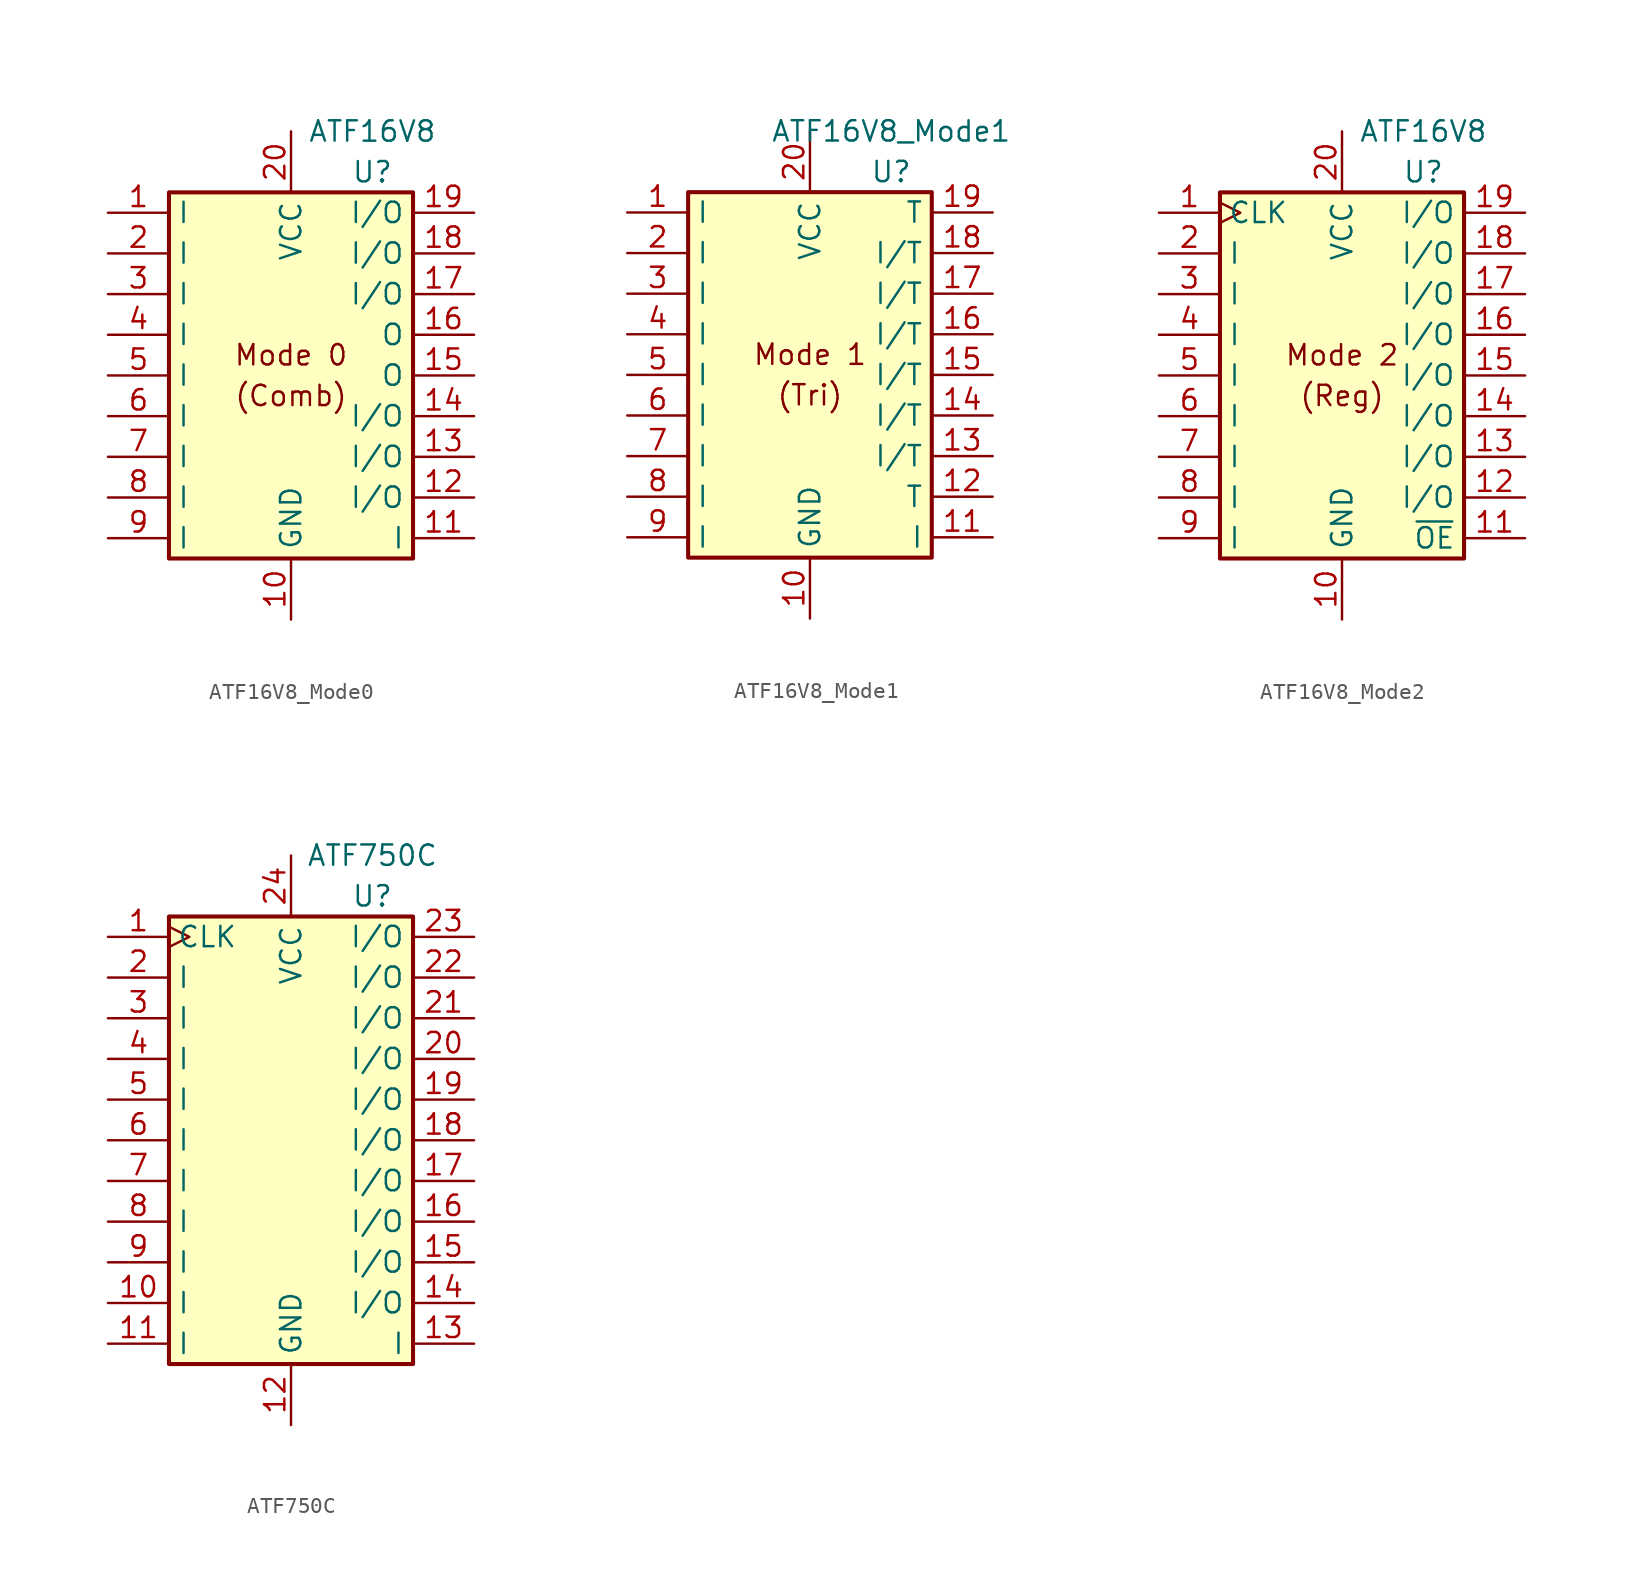
<source format=kicad_sym>
(kicad_symbol_lib
  (version 20220914)
  (generator kicad_symbol_editor)
  (symbol "ATF16V8_Mode0"
    (property "Reference" "U"
      (at 5.08 12.7 0)
      (effects (font (size 1.27 1.27))))
    (property "Value" "ATF16V8"
      (at 5.08 15.24 0)
      (effects (font (size 1.27 1.27))))
    (symbol "ATF16V8_Mode0_0_0"
      (pin power_in line (at 0 -15.24 90) (length 3.81) (name "GND" (effects (font (size 1.27 1.27)))) (number "10" (effects (font (size 1.27 1.27)))))
      (pin power_in line (at 0 15.24 270) (length 3.81) (name "VCC" (effects (font (size 1.27 1.27)))) (number "20" (effects (font (size 1.27 1.27))))))
    (symbol "ATF16V8_Mode0_0_1"
      (rectangle (start -7.62 11.43) (end 7.62 -11.43) (stroke (width 0.254) (type default)) (fill (type background))))
    (symbol "ATF16V8_Mode0_1_1"
      (text "(Comb)" (at 0 -1.27 0) (effects (font (size 1.27 1.27))))
      (text "Mode 0" (at 0 1.27 0) (effects (font (size 1.27 1.27))))
      (pin input line (at -11.43 10.16 0) (length 3.81) (name "I" (effects (font (size 1.27 1.27)))) (number "1" (effects (font (size 1.27 1.27)))))
      (pin input line (at 11.43 -10.16 180) (length 3.81) (name "I" (effects (font (size 1.27 1.27)))) (number "11" (effects (font (size 1.27 1.27)))))
      (pin bidirectional line (at 11.43 -7.62 180) (length 3.81) (name "I/O" (effects (font (size 1.27 1.27)))) (number "12" (effects (font (size 1.27 1.27)))))
      (pin bidirectional line (at 11.43 -5.08 180) (length 3.81) (name "I/O" (effects (font (size 1.27 1.27)))) (number "13" (effects (font (size 1.27 1.27)))))
      (pin bidirectional line (at 11.43 -2.54 180) (length 3.81) (name "I/O" (effects (font (size 1.27 1.27)))) (number "14" (effects (font (size 1.27 1.27)))))
      (pin output line (at 11.43 0 180) (length 3.81) (name "O" (effects (font (size 1.27 1.27)))) (number "15" (effects (font (size 1.27 1.27)))))
      (pin output line (at 11.43 2.54 180) (length 3.81) (name "O" (effects (font (size 1.27 1.27)))) (number "16" (effects (font (size 1.27 1.27)))))
      (pin bidirectional line (at 11.43 5.08 180) (length 3.81) (name "I/O" (effects (font (size 1.27 1.27)))) (number "17" (effects (font (size 1.27 1.27)))))
      (pin bidirectional line (at 11.43 7.62 180) (length 3.81) (name "I/O" (effects (font (size 1.27 1.27)))) (number "18" (effects (font (size 1.27 1.27)))))
      (pin bidirectional line (at 11.43 10.16 180) (length 3.81) (name "I/O" (effects (font (size 1.27 1.27)))) (number "19" (effects (font (size 1.27 1.27)))))
      (pin input line (at -11.43 7.62 0) (length 3.81) (name "I" (effects (font (size 1.27 1.27)))) (number "2" (effects (font (size 1.27 1.27)))))
      (pin input line (at -11.43 5.08 0) (length 3.81) (name "I" (effects (font (size 1.27 1.27)))) (number "3" (effects (font (size 1.27 1.27)))))
      (pin input line (at -11.43 2.54 0) (length 3.81) (name "I" (effects (font (size 1.27 1.27)))) (number "4" (effects (font (size 1.27 1.27)))))
      (pin input line (at -11.43 0 0) (length 3.81) (name "I" (effects (font (size 1.27 1.27)))) (number "5" (effects (font (size 1.27 1.27)))))
      (pin input line (at -11.43 -2.54 0) (length 3.81) (name "I" (effects (font (size 1.27 1.27)))) (number "6" (effects (font (size 1.27 1.27)))))
      (pin input line (at -11.43 -5.08 0) (length 3.81) (name "I" (effects (font (size 1.27 1.27)))) (number "7" (effects (font (size 1.27 1.27)))))
      (pin input line (at -11.43 -7.62 0) (length 3.81) (name "I" (effects (font (size 1.27 1.27)))) (number "8" (effects (font (size 1.27 1.27)))))
      (pin input line (at -11.43 -10.16 0) (length 3.81) (name "I" (effects (font (size 1.27 1.27)))) (number "9" (effects (font (size 1.27 1.27)))))))
  (symbol "ATF16V8_Mode1"
    (property "Reference" "U"
      (at 5.08 12.7 0)
      (effects (font (size 1.27 1.27))))
    (property "Value" "ATF16V8_Mode1"
      (at 5.08 15.24 0)
      (effects (font (size 1.27 1.27))))
    (symbol "ATF16V8_Mode1_0_0"
      (pin power_in line (at 0 -15.24 90) (length 3.81) (name "GND" (effects (font (size 1.27 1.27)))) (number "10" (effects (font (size 1.27 1.27)))))
      (pin power_in line (at 0 15.24 270) (length 3.81) (name "VCC" (effects (font (size 1.27 1.27)))) (number "20" (effects (font (size 1.27 1.27))))))
    (symbol "ATF16V8_Mode1_0_1"
      (rectangle (start -7.62 11.43) (end 7.62 -11.43) (stroke (width 0.254) (type default)) (fill (type background))))
    (symbol "ATF16V8_Mode1_1_1"
      (text "(Tri)" (at 0 -1.27 0) (effects (font (size 1.27 1.27))))
      (text "Mode 1" (at 0 1.27 0) (effects (font (size 1.27 1.27))))
      (pin input line (at -11.43 10.16 0) (length 3.81) (name "I" (effects (font (size 1.27 1.27)))) (number "1" (effects (font (size 1.27 1.27)))))
      (pin input line (at 11.43 -10.16 180) (length 3.81) (name "I" (effects (font (size 1.27 1.27)))) (number "11" (effects (font (size 1.27 1.27)))))
      (pin tri_state line (at 11.43 -7.62 180) (length 3.81) (name "T" (effects (font (size 1.27 1.27)))) (number "12" (effects (font (size 1.27 1.27)))))
      (pin tri_state line (at 11.43 -5.08 180) (length 3.81) (name "I/T" (effects (font (size 1.27 1.27)))) (number "13" (effects (font (size 1.27 1.27)))))
      (pin tri_state line (at 11.43 -2.54 180) (length 3.81) (name "I/T" (effects (font (size 1.27 1.27)))) (number "14" (effects (font (size 1.27 1.27)))))
      (pin tri_state line (at 11.43 0 180) (length 3.81) (name "I/T" (effects (font (size 1.27 1.27)))) (number "15" (effects (font (size 1.27 1.27)))))
      (pin tri_state line (at 11.43 2.54 180) (length 3.81) (name "I/T" (effects (font (size 1.27 1.27)))) (number "16" (effects (font (size 1.27 1.27)))))
      (pin tri_state line (at 11.43 5.08 180) (length 3.81) (name "I/T" (effects (font (size 1.27 1.27)))) (number "17" (effects (font (size 1.27 1.27)))))
      (pin tri_state line (at 11.43 7.62 180) (length 3.81) (name "I/T" (effects (font (size 1.27 1.27)))) (number "18" (effects (font (size 1.27 1.27)))))
      (pin tri_state line (at 11.43 10.16 180) (length 3.81) (name "T" (effects (font (size 1.27 1.27)))) (number "19" (effects (font (size 1.27 1.27)))))
      (pin input line (at -11.43 7.62 0) (length 3.81) (name "I" (effects (font (size 1.27 1.27)))) (number "2" (effects (font (size 1.27 1.27)))))
      (pin input line (at -11.43 5.08 0) (length 3.81) (name "I" (effects (font (size 1.27 1.27)))) (number "3" (effects (font (size 1.27 1.27)))))
      (pin input line (at -11.43 2.54 0) (length 3.81) (name "I" (effects (font (size 1.27 1.27)))) (number "4" (effects (font (size 1.27 1.27)))))
      (pin input line (at -11.43 0 0) (length 3.81) (name "I" (effects (font (size 1.27 1.27)))) (number "5" (effects (font (size 1.27 1.27)))))
      (pin input line (at -11.43 -2.54 0) (length 3.81) (name "I" (effects (font (size 1.27 1.27)))) (number "6" (effects (font (size 1.27 1.27)))))
      (pin input line (at -11.43 -5.08 0) (length 3.81) (name "I" (effects (font (size 1.27 1.27)))) (number "7" (effects (font (size 1.27 1.27)))))
      (pin input line (at -11.43 -7.62 0) (length 3.81) (name "I" (effects (font (size 1.27 1.27)))) (number "8" (effects (font (size 1.27 1.27)))))
      (pin input line (at -11.43 -10.16 0) (length 3.81) (name "I" (effects (font (size 1.27 1.27)))) (number "9" (effects (font (size 1.27 1.27)))))))
  (symbol "ATF16V8_Mode2"
    (property "Reference" "U"
      (at 5.08 12.7 0)
      (effects (font (size 1.27 1.27))))
    (property "Value" "ATF16V8"
      (at 5.08 15.24 0)
      (effects (font (size 1.27 1.27))))
    (symbol "ATF16V8_Mode2_0_0"
      (pin power_in line (at 0 -15.24 90) (length 3.81) (name "GND" (effects (font (size 1.27 1.27)))) (number "10" (effects (font (size 1.27 1.27)))))
      (pin power_in line (at 0 15.24 270) (length 3.81) (name "VCC" (effects (font (size 1.27 1.27)))) (number "20" (effects (font (size 1.27 1.27))))))
    (symbol "ATF16V8_Mode2_0_1"
      (rectangle (start -7.62 11.43) (end 7.62 -11.43) (stroke (width 0.254) (type default)) (fill (type background))))
    (symbol "ATF16V8_Mode2_1_1"
      (text "(Reg)" (at 0 -1.27 0) (effects (font (size 1.27 1.27))))
      (text "Mode 2" (at 0 1.27 0) (effects (font (size 1.27 1.27))))
      (pin input clock (at -11.43 10.16 0) (length 3.81) (name "CLK" (effects (font (size 1.27 1.27)))) (number "1" (effects (font (size 1.27 1.27)))))
      (pin input line (at 11.43 -10.16 180) (length 3.81) (name "~{OE}" (effects (font (size 1.27 1.27)))) (number "11" (effects (font (size 1.27 1.27)))))
      (pin bidirectional line (at 11.43 -7.62 180) (length 3.81) (name "I/O" (effects (font (size 1.27 1.27)))) (number "12" (effects (font (size 1.27 1.27)))))
      (pin bidirectional line (at 11.43 -5.08 180) (length 3.81) (name "I/O" (effects (font (size 1.27 1.27)))) (number "13" (effects (font (size 1.27 1.27)))))
      (pin bidirectional line (at 11.43 -2.54 180) (length 3.81) (name "I/O" (effects (font (size 1.27 1.27)))) (number "14" (effects (font (size 1.27 1.27)))))
      (pin bidirectional line (at 11.43 0 180) (length 3.81) (name "I/O" (effects (font (size 1.27 1.27)))) (number "15" (effects (font (size 1.27 1.27)))))
      (pin bidirectional line (at 11.43 2.54 180) (length 3.81) (name "I/O" (effects (font (size 1.27 1.27)))) (number "16" (effects (font (size 1.27 1.27)))))
      (pin bidirectional line (at 11.43 5.08 180) (length 3.81) (name "I/O" (effects (font (size 1.27 1.27)))) (number "17" (effects (font (size 1.27 1.27)))))
      (pin bidirectional line (at 11.43 7.62 180) (length 3.81) (name "I/O" (effects (font (size 1.27 1.27)))) (number "18" (effects (font (size 1.27 1.27)))))
      (pin bidirectional line (at 11.43 10.16 180) (length 3.81) (name "I/O" (effects (font (size 1.27 1.27)))) (number "19" (effects (font (size 1.27 1.27)))))
      (pin input line (at -11.43 7.62 0) (length 3.81) (name "I" (effects (font (size 1.27 1.27)))) (number "2" (effects (font (size 1.27 1.27)))))
      (pin input line (at -11.43 5.08 0) (length 3.81) (name "I" (effects (font (size 1.27 1.27)))) (number "3" (effects (font (size 1.27 1.27)))))
      (pin input line (at -11.43 2.54 0) (length 3.81) (name "I" (effects (font (size 1.27 1.27)))) (number "4" (effects (font (size 1.27 1.27)))))
      (pin input line (at -11.43 0 0) (length 3.81) (name "I" (effects (font (size 1.27 1.27)))) (number "5" (effects (font (size 1.27 1.27)))))
      (pin input line (at -11.43 -2.54 0) (length 3.81) (name "I" (effects (font (size 1.27 1.27)))) (number "6" (effects (font (size 1.27 1.27)))))
      (pin input line (at -11.43 -5.08 0) (length 3.81) (name "I" (effects (font (size 1.27 1.27)))) (number "7" (effects (font (size 1.27 1.27)))))
      (pin input line (at -11.43 -7.62 0) (length 3.81) (name "I" (effects (font (size 1.27 1.27)))) (number "8" (effects (font (size 1.27 1.27)))))
      (pin input line (at -11.43 -10.16 0) (length 3.81) (name "I" (effects (font (size 1.27 1.27)))) (number "9" (effects (font (size 1.27 1.27)))))))
  (symbol "ATF750C"
    (property "Reference" "U"
      (at 5.08 12.7 0)
      (effects (font (size 1.27 1.27))))
    (property "Value" "ATF750C"
      (at 5.08 15.24 0)
      (effects (font (size 1.27 1.27))))
    (symbol "ATF750C_0_1"
      (rectangle (start -7.62 11.43) (end 7.62 -16.51) (stroke (width 0.254) (type default)) (fill (type background))))
    (symbol "ATF750C_1_0"
      (pin power_in line (at 0 -20.32 90) (length 3.81) (name "GND" (effects (font (size 1.27 1.27)))) (number "12" (effects (font (size 1.27 1.27)))))
      (pin power_in line (at 0 15.24 270) (length 3.81) (name "VCC" (effects (font (size 1.27 1.27)))) (number "24" (effects (font (size 1.27 1.27))))))
    (symbol "ATF750C_1_1"
      (pin input clock (at -11.43 10.16 0) (length 3.81) (name "CLK" (effects (font (size 1.27 1.27)))) (number "1" (effects (font (size 1.27 1.27)))))
      (pin input line (at -11.43 -12.7 0) (length 3.81) (name "I" (effects (font (size 1.27 1.27)))) (number "10" (effects (font (size 1.27 1.27)))))
      (pin input line (at -11.43 -15.24 0) (length 3.81) (name "I" (effects (font (size 1.27 1.27)))) (number "11" (effects (font (size 1.27 1.27)))))
      (pin bidirectional line (at 11.43 -15.24 180) (length 3.81) (name "I" (effects (font (size 1.27 1.27)))) (number "13" (effects (font (size 1.27 1.27)))))
      (pin bidirectional line (at 11.43 -12.7 180) (length 3.81) (name "I/O" (effects (font (size 1.27 1.27)))) (number "14" (effects (font (size 1.27 1.27)))))
      (pin bidirectional line (at 11.43 -10.16 180) (length 3.81) (name "I/O" (effects (font (size 1.27 1.27)))) (number "15" (effects (font (size 1.27 1.27)))))
      (pin bidirectional line (at 11.43 -7.62 180) (length 3.81) (name "I/O" (effects (font (size 1.27 1.27)))) (number "16" (effects (font (size 1.27 1.27)))))
      (pin bidirectional line (at 11.43 -5.08 180) (length 3.81) (name "I/O" (effects (font (size 1.27 1.27)))) (number "17" (effects (font (size 1.27 1.27)))))
      (pin bidirectional line (at 11.43 -2.54 180) (length 3.81) (name "I/O" (effects (font (size 1.27 1.27)))) (number "18" (effects (font (size 1.27 1.27)))))
      (pin bidirectional line (at 11.43 0 180) (length 3.81) (name "I/O" (effects (font (size 1.27 1.27)))) (number "19" (effects (font (size 1.27 1.27)))))
      (pin input line (at -11.43 7.62 0) (length 3.81) (name "I" (effects (font (size 1.27 1.27)))) (number "2" (effects (font (size 1.27 1.27)))))
      (pin bidirectional line (at 11.43 2.54 180) (length 3.81) (name "I/O" (effects (font (size 1.27 1.27)))) (number "20" (effects (font (size 1.27 1.27)))))
      (pin bidirectional line (at 11.43 5.08 180) (length 3.81) (name "I/O" (effects (font (size 1.27 1.27)))) (number "21" (effects (font (size 1.27 1.27)))))
      (pin bidirectional line (at 11.43 7.62 180) (length 3.81) (name "I/O" (effects (font (size 1.27 1.27)))) (number "22" (effects (font (size 1.27 1.27)))))
      (pin bidirectional line (at 11.43 10.16 180) (length 3.81) (name "I/O" (effects (font (size 1.27 1.27)))) (number "23" (effects (font (size 1.27 1.27)))))
      (pin input line (at -11.43 5.08 0) (length 3.81) (name "I" (effects (font (size 1.27 1.27)))) (number "3" (effects (font (size 1.27 1.27)))))
      (pin input line (at -11.43 2.54 0) (length 3.81) (name "I" (effects (font (size 1.27 1.27)))) (number "4" (effects (font (size 1.27 1.27)))))
      (pin input line (at -11.43 0 0) (length 3.81) (name "I" (effects (font (size 1.27 1.27)))) (number "5" (effects (font (size 1.27 1.27)))))
      (pin input line (at -11.43 -2.54 0) (length 3.81) (name "I" (effects (font (size 1.27 1.27)))) (number "6" (effects (font (size 1.27 1.27)))))
      (pin input line (at -11.43 -5.08 0) (length 3.81) (name "I" (effects (font (size 1.27 1.27)))) (number "7" (effects (font (size 1.27 1.27)))))
      (pin input line (at -11.43 -7.62 0) (length 3.81) (name "I" (effects (font (size 1.27 1.27)))) (number "8" (effects (font (size 1.27 1.27)))))
      (pin input line (at -11.43 -10.16 0) (length 3.81) (name "I" (effects (font (size 1.27 1.27)))) (number "9" (effects (font (size 1.27 1.27))))))))
</source>
